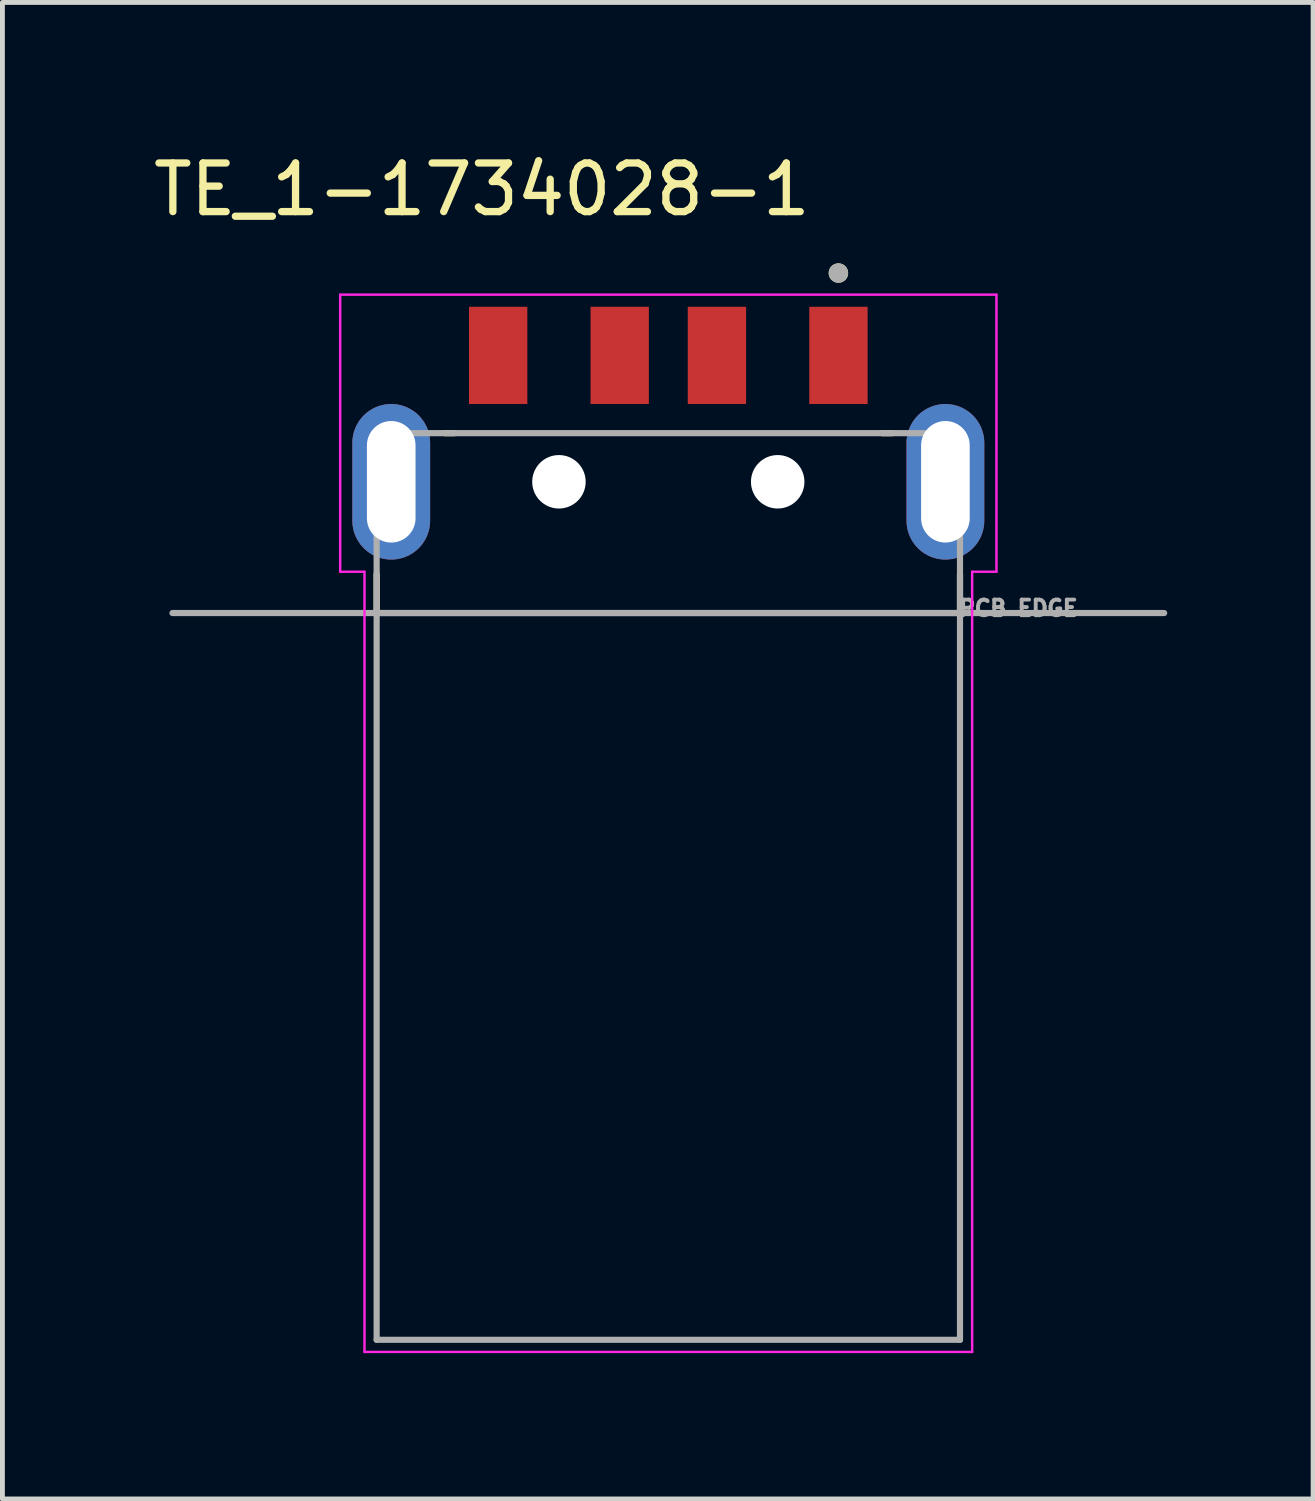
<source format=kicad_pcb>
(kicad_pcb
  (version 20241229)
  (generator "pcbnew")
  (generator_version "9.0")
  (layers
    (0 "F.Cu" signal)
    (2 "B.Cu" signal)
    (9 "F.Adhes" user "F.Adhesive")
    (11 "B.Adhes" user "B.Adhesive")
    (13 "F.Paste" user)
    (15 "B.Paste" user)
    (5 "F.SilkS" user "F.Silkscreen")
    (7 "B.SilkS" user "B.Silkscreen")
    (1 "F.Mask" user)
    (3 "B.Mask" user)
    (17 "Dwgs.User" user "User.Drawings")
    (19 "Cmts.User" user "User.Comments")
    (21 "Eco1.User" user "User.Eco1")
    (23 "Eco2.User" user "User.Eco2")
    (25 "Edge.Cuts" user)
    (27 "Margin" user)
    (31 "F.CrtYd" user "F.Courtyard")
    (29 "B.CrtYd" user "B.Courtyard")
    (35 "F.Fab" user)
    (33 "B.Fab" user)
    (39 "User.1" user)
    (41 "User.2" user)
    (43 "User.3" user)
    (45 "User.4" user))
  (footprint "TE_1-1734028-1"
    (layer "F.Cu")
    (at 10.698 6.861)
    (property "Reference" "TE_1-1734028-1" (at -3.835 -6.013 0) (layer "F.SilkS") (effects (font (size 1 1) (thickness 0.15))))
    (attr smd)
    (fp_line (start -6 1.9) (end -6 2.7) (stroke (width 0.127) (type solid)) (layer "F.SilkS"))
    (fp_line (start -4.6 -1) (end -4.4 -1) (stroke (width 0.127) (type solid)) (layer "F.SilkS"))
    (fp_line (start 4.6 -1) (end 4.4 -1) (stroke (width 0.127) (type solid)) (layer "F.SilkS"))
    (fp_line (start 6 2.7) (end 6 1.9) (stroke (width 0.127) (type solid)) (layer "F.SilkS"))
    (fp_circle (center 3.499 -4.294) (end 3.599 -4.294) (stroke (width 0.2) (type solid)) (fill no) (layer "F.SilkS"))
    (fp_line (start -6.75 -3.85) (end 6.75 -3.85) (stroke (width 0.05) (type solid)) (layer "F.CrtYd"))
    (fp_line (start -6.75 1.85) (end -6.75 -3.85) (stroke (width 0.05) (type solid)) (layer "F.CrtYd"))
    (fp_line (start -6.25 1.85) (end -6.75 1.85) (stroke (width 0.05) (type solid)) (layer "F.CrtYd"))
    (fp_line (start -6.25 1.85) (end -6.25 17.9) (stroke (width 0.05) (type solid)) (layer "F.CrtYd"))
    (fp_line (start 6.25 1.85) (end 6.25 17.9) (stroke (width 0.05) (type solid)) (layer "F.CrtYd"))
    (fp_line (start 6.25 17.9) (end -6.25 17.9) (stroke (width 0.05) (type solid)) (layer "F.CrtYd"))
    (fp_line (start 6.75 -3.85) (end 6.75 1.85) (stroke (width 0.05) (type solid)) (layer "F.CrtYd"))
    (fp_line (start 6.75 1.85) (end 6.25 1.85) (stroke (width 0.05) (type solid)) (layer "F.CrtYd"))
    (fp_line (start -10.2 2.7) (end -6 2.7) (stroke (width 0.127) (type solid)) (layer "F.Fab"))
    (fp_line (start -6 -1) (end 6 -1) (stroke (width 0.127) (type solid)) (layer "F.Fab"))
    (fp_line (start -6 2.7) (end -6 -1) (stroke (width 0.127) (type solid)) (layer "F.Fab"))
    (fp_line (start -6 2.7) (end 6 2.7) (stroke (width 0.127) (type solid)) (layer "F.Fab"))
    (fp_line (start -6 2.7) (end 6 2.7) (stroke (width 0.127) (type solid)) (layer "F.Fab"))
    (fp_line (start -6 17.65) (end -6 2.7) (stroke (width 0.127) (type solid)) (layer "F.Fab"))
    (fp_line (start 6 -1) (end 6 2.7) (stroke (width 0.127) (type solid)) (layer "F.Fab"))
    (fp_line (start 6 2.7) (end 6 17.65) (stroke (width 0.127) (type solid)) (layer "F.Fab"))
    (fp_line (start 6 2.7) (end 10.2 2.7) (stroke (width 0.127) (type solid)) (layer "F.Fab"))
    (fp_line (start 6 17.65) (end -6 17.65) (stroke (width 0.127) (type solid)) (layer "F.Fab"))
    (fp_circle (center 3.499 -4.294) (end 3.599 -4.294) (stroke (width 0.2) (type solid)) (fill no) (layer "F.Fab"))
    (fp_text user "PCB EDGE" (at 7.2 2.6 0) (layer "F.Fab") (effects (font (size 0.32 0.32) (thickness 0.15))))
    (pad "" np_thru_hole circle (at -2.25 0) (size 1.1 1.1) (drill 1.1) (layers "*.Cu" "*.Mask"))
    (pad "" np_thru_hole circle (at 2.25 0) (size 1.1 1.1) (drill 1.1) (layers "*.Cu" "*.Mask"))
    (pad "1" smd rect (at 3.5 -2.6) (size 1.2 2) (layers "F.Cu" "F.Mask" "F.Paste"))
    (pad "2" smd rect (at 1 -2.6) (size 1.2 2) (layers "F.Cu" "F.Mask" "F.Paste"))
    (pad "3" smd rect (at -1 -2.6) (size 1.2 2) (layers "F.Cu" "F.Mask" "F.Paste"))
    (pad "4" smd rect (at -3.5 -2.6) (size 1.2 2) (layers "F.Cu" "F.Mask" "F.Paste"))
    (pad "S1" thru_hole oval (at -5.7 0) (size 1.6 3.2) (drill oval 1 2.5) (layers "*.Cu" "*.Mask"))
    (pad "S2" thru_hole oval (at 5.7 0) (size 1.6 3.2) (drill oval 1 2.5) (layers "*.Cu" "*.Mask")))
  (gr_rect
    (start -3 -3)
    (end 23.962 27.786)
    (stroke (width 0.1) (type default))
    (fill no)
    (layer "Edge.Cuts")))
</source>
